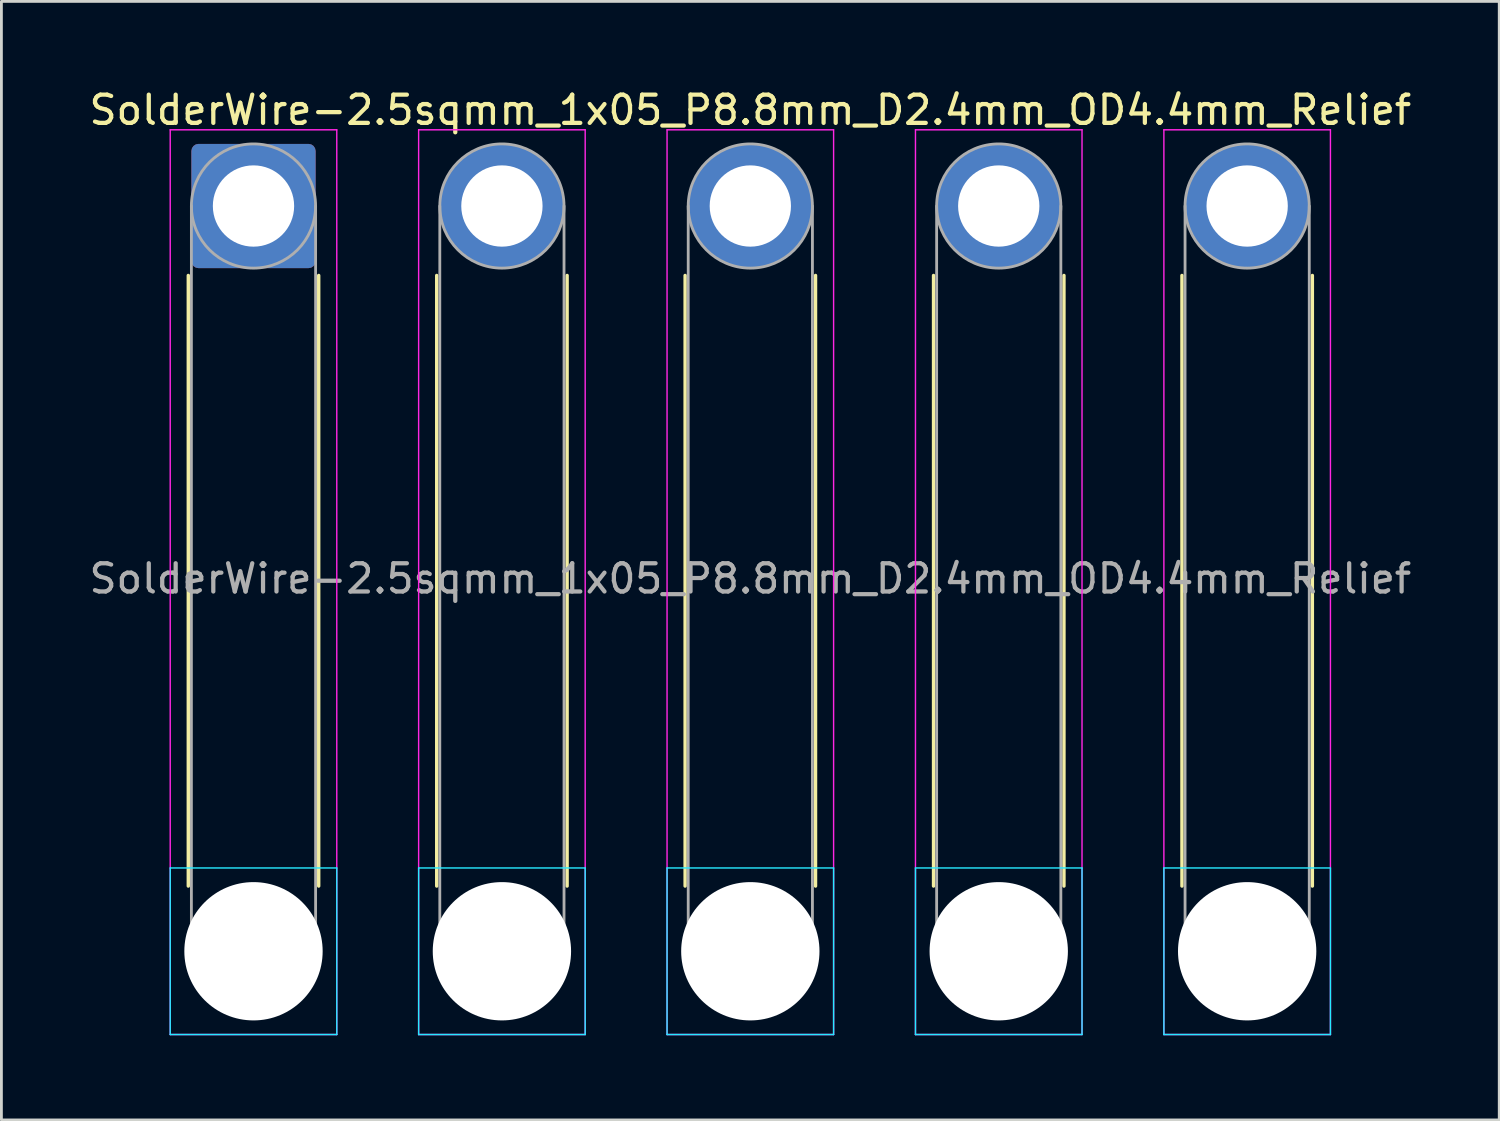
<source format=kicad_pcb>
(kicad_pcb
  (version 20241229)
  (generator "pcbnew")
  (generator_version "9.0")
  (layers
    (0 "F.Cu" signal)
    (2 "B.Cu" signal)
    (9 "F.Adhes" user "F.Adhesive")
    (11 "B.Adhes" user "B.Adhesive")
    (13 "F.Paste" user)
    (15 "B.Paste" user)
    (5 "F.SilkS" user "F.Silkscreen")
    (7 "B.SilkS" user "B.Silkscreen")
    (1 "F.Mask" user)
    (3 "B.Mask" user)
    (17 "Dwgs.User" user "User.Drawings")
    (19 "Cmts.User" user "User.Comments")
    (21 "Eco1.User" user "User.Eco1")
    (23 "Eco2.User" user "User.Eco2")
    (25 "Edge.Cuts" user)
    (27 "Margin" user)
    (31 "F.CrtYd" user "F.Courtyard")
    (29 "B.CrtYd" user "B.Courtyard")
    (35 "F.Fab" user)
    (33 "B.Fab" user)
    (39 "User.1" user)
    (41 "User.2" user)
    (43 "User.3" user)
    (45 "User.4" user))
  (footprint "SolderWire-2.5sqmm_1x05_P8.8mm_D2.4mm_OD4.4mm_Relief"
    (layer "F.Cu")
    (at 5.93 4.248)
    (property "Reference" "SolderWire-2.5sqmm_1x05_P8.8mm_D2.4mm_OD4.4mm_Relief" (at 17.6 -3.4 0) (layer "F.SilkS") (effects (font (size 1 1) (thickness 0.15))))
    (attr exclude_from_pos_files exclude_from_bom)
    (fp_line (start -2.31 2.46) (end -2.31 24.09) (stroke (width 0.12) (type solid)) (layer "F.SilkS"))
    (fp_line (start 2.31 2.46) (end 2.31 24.09) (stroke (width 0.12) (type solid)) (layer "F.SilkS"))
    (fp_line (start 6.49 2.46) (end 6.49 24.09) (stroke (width 0.12) (type solid)) (layer "F.SilkS"))
    (fp_line (start 11.11 2.46) (end 11.11 24.09) (stroke (width 0.12) (type solid)) (layer "F.SilkS"))
    (fp_line (start 15.29 2.46) (end 15.29 24.09) (stroke (width 0.12) (type solid)) (layer "F.SilkS"))
    (fp_line (start 19.91 2.46) (end 19.91 24.09) (stroke (width 0.12) (type solid)) (layer "F.SilkS"))
    (fp_line (start 24.09 2.46) (end 24.09 24.09) (stroke (width 0.12) (type solid)) (layer "F.SilkS"))
    (fp_line (start 28.71 2.46) (end 28.71 24.09) (stroke (width 0.12) (type solid)) (layer "F.SilkS"))
    (fp_line (start 32.89 2.46) (end 32.89 24.09) (stroke (width 0.12) (type solid)) (layer "F.SilkS"))
    (fp_line (start 37.51 2.46) (end 37.51 24.09) (stroke (width 0.12) (type solid)) (layer "F.SilkS"))
    (fp_line (start -2.95 23.45) (end -2.95 29.35) (stroke (width 0.05) (type solid)) (layer "B.CrtYd"))
    (fp_line (start -2.95 29.35) (end 2.95 29.35) (stroke (width 0.05) (type solid)) (layer "B.CrtYd"))
    (fp_line (start 2.95 23.45) (end -2.95 23.45) (stroke (width 0.05) (type solid)) (layer "B.CrtYd"))
    (fp_line (start 2.95 29.35) (end 2.95 23.45) (stroke (width 0.05) (type solid)) (layer "B.CrtYd"))
    (fp_line (start 5.85 23.45) (end 5.85 29.35) (stroke (width 0.05) (type solid)) (layer "B.CrtYd"))
    (fp_line (start 5.85 29.35) (end 11.75 29.35) (stroke (width 0.05) (type solid)) (layer "B.CrtYd"))
    (fp_line (start 11.75 23.45) (end 5.85 23.45) (stroke (width 0.05) (type solid)) (layer "B.CrtYd"))
    (fp_line (start 11.75 29.35) (end 11.75 23.45) (stroke (width 0.05) (type solid)) (layer "B.CrtYd"))
    (fp_line (start 14.65 23.45) (end 14.65 29.35) (stroke (width 0.05) (type solid)) (layer "B.CrtYd"))
    (fp_line (start 14.65 29.35) (end 20.55 29.35) (stroke (width 0.05) (type solid)) (layer "B.CrtYd"))
    (fp_line (start 20.55 23.45) (end 14.65 23.45) (stroke (width 0.05) (type solid)) (layer "B.CrtYd"))
    (fp_line (start 20.55 29.35) (end 20.55 23.45) (stroke (width 0.05) (type solid)) (layer "B.CrtYd"))
    (fp_line (start 23.45 23.45) (end 23.45 29.35) (stroke (width 0.05) (type solid)) (layer "B.CrtYd"))
    (fp_line (start 23.45 29.35) (end 29.35 29.35) (stroke (width 0.05) (type solid)) (layer "B.CrtYd"))
    (fp_line (start 29.35 23.45) (end 23.45 23.45) (stroke (width 0.05) (type solid)) (layer "B.CrtYd"))
    (fp_line (start 29.35 29.35) (end 29.35 23.45) (stroke (width 0.05) (type solid)) (layer "B.CrtYd"))
    (fp_line (start 32.25 23.45) (end 32.25 29.35) (stroke (width 0.05) (type solid)) (layer "B.CrtYd"))
    (fp_line (start 32.25 29.35) (end 38.15 29.35) (stroke (width 0.05) (type solid)) (layer "B.CrtYd"))
    (fp_line (start 38.15 23.45) (end 32.25 23.45) (stroke (width 0.05) (type solid)) (layer "B.CrtYd"))
    (fp_line (start 38.15 29.35) (end 38.15 23.45) (stroke (width 0.05) (type solid)) (layer "B.CrtYd"))
    (fp_line (start -2.95 -2.7) (end -2.95 29.35) (stroke (width 0.05) (type solid)) (layer "F.CrtYd"))
    (fp_line (start -2.95 29.35) (end 2.95 29.35) (stroke (width 0.05) (type solid)) (layer "F.CrtYd"))
    (fp_line (start 2.95 -2.7) (end -2.95 -2.7) (stroke (width 0.05) (type solid)) (layer "F.CrtYd"))
    (fp_line (start 2.95 29.35) (end 2.95 -2.7) (stroke (width 0.05) (type solid)) (layer "F.CrtYd"))
    (fp_line (start 5.85 -2.7) (end 5.85 29.35) (stroke (width 0.05) (type solid)) (layer "F.CrtYd"))
    (fp_line (start 5.85 29.35) (end 11.75 29.35) (stroke (width 0.05) (type solid)) (layer "F.CrtYd"))
    (fp_line (start 11.75 -2.7) (end 5.85 -2.7) (stroke (width 0.05) (type solid)) (layer "F.CrtYd"))
    (fp_line (start 11.75 29.35) (end 11.75 -2.7) (stroke (width 0.05) (type solid)) (layer "F.CrtYd"))
    (fp_line (start 14.65 -2.7) (end 14.65 29.35) (stroke (width 0.05) (type solid)) (layer "F.CrtYd"))
    (fp_line (start 14.65 29.35) (end 20.55 29.35) (stroke (width 0.05) (type solid)) (layer "F.CrtYd"))
    (fp_line (start 20.55 -2.7) (end 14.65 -2.7) (stroke (width 0.05) (type solid)) (layer "F.CrtYd"))
    (fp_line (start 20.55 29.35) (end 20.55 -2.7) (stroke (width 0.05) (type solid)) (layer "F.CrtYd"))
    (fp_line (start 23.45 -2.7) (end 23.45 29.35) (stroke (width 0.05) (type solid)) (layer "F.CrtYd"))
    (fp_line (start 23.45 29.35) (end 29.35 29.35) (stroke (width 0.05) (type solid)) (layer "F.CrtYd"))
    (fp_line (start 29.35 -2.7) (end 23.45 -2.7) (stroke (width 0.05) (type solid)) (layer "F.CrtYd"))
    (fp_line (start 29.35 29.35) (end 29.35 -2.7) (stroke (width 0.05) (type solid)) (layer "F.CrtYd"))
    (fp_line (start 32.25 -2.7) (end 32.25 29.35) (stroke (width 0.05) (type solid)) (layer "F.CrtYd"))
    (fp_line (start 32.25 29.35) (end 38.15 29.35) (stroke (width 0.05) (type solid)) (layer "F.CrtYd"))
    (fp_line (start 38.15 -2.7) (end 32.25 -2.7) (stroke (width 0.05) (type solid)) (layer "F.CrtYd"))
    (fp_line (start 38.15 29.35) (end 38.15 -2.7) (stroke (width 0.05) (type solid)) (layer "F.CrtYd"))
    (fp_line (start -2.2 0) (end -2.2 26.4) (stroke (width 0.1) (type solid)) (layer "F.Fab"))
    (fp_line (start 2.2 0) (end 2.2 26.4) (stroke (width 0.1) (type solid)) (layer "F.Fab"))
    (fp_line (start 6.6 0) (end 6.6 26.4) (stroke (width 0.1) (type solid)) (layer "F.Fab"))
    (fp_line (start 11 0) (end 11 26.4) (stroke (width 0.1) (type solid)) (layer "F.Fab"))
    (fp_line (start 15.4 0) (end 15.4 26.4) (stroke (width 0.1) (type solid)) (layer "F.Fab"))
    (fp_line (start 19.8 0) (end 19.8 26.4) (stroke (width 0.1) (type solid)) (layer "F.Fab"))
    (fp_line (start 24.2 0) (end 24.2 26.4) (stroke (width 0.1) (type solid)) (layer "F.Fab"))
    (fp_line (start 28.6 0) (end 28.6 26.4) (stroke (width 0.1) (type solid)) (layer "F.Fab"))
    (fp_line (start 33 0) (end 33 26.4) (stroke (width 0.1) (type solid)) (layer "F.Fab"))
    (fp_line (start 37.4 0) (end 37.4 26.4) (stroke (width 0.1) (type solid)) (layer "F.Fab"))
    (fp_circle (center 0 0) (end 2.2 0) (stroke (width 0.1) (type solid)) (fill no) (layer "F.Fab"))
    (fp_circle (center 0 26.4) (end 2.2 26.4) (stroke (width 0.1) (type solid)) (fill no) (layer "F.Fab"))
    (fp_circle (center 8.8 0) (end 11 0) (stroke (width 0.1) (type solid)) (fill no) (layer "F.Fab"))
    (fp_circle (center 8.8 26.4) (end 11 26.4) (stroke (width 0.1) (type solid)) (fill no) (layer "F.Fab"))
    (fp_circle (center 17.6 0) (end 19.8 0) (stroke (width 0.1) (type solid)) (fill no) (layer "F.Fab"))
    (fp_circle (center 17.6 26.4) (end 19.8 26.4) (stroke (width 0.1) (type solid)) (fill no) (layer "F.Fab"))
    (fp_circle (center 26.4 0) (end 28.6 0) (stroke (width 0.1) (type solid)) (fill no) (layer "F.Fab"))
    (fp_circle (center 26.4 26.4) (end 28.6 26.4) (stroke (width 0.1) (type solid)) (fill no) (layer "F.Fab"))
    (fp_circle (center 35.2 0) (end 37.4 0) (stroke (width 0.1) (type solid)) (fill no) (layer "F.Fab"))
    (fp_circle (center 35.2 26.4) (end 37.4 26.4) (stroke (width 0.1) (type solid)) (fill no) (layer "F.Fab"))
    (fp_text user "${REFERENCE}" (at 17.6 13.2 0) (layer "F.Fab") (effects (font (size 1 1) (thickness 0.15))))
    (pad "" np_thru_hole circle (at 0 26.4) (size 4.9 4.9) (drill 4.9) (layers "*.Cu" "*.Mask"))
    (pad "" np_thru_hole circle (at 8.8 26.4) (size 4.9 4.9) (drill 4.9) (layers "*.Cu" "*.Mask"))
    (pad "" np_thru_hole circle (at 17.6 26.4) (size 4.9 4.9) (drill 4.9) (layers "*.Cu" "*.Mask"))
    (pad "" np_thru_hole circle (at 26.4 26.4) (size 4.9 4.9) (drill 4.9) (layers "*.Cu" "*.Mask"))
    (pad "" np_thru_hole circle (at 35.2 26.4) (size 4.9 4.9) (drill 4.9) (layers "*.Cu" "*.Mask"))
    (pad "1" thru_hole roundrect (at 0 0) (size 4.4 4.4) (drill 2.88) (layers "*.Cu" "*.Mask") (roundrect_rratio 0.057))
    (pad "2" thru_hole circle (at 8.8 0) (size 4.4 4.4) (drill 2.88) (layers "*.Cu" "*.Mask"))
    (pad "3" thru_hole circle (at 17.6 0) (size 4.4 4.4) (drill 2.88) (layers "*.Cu" "*.Mask"))
    (pad "4" thru_hole circle (at 26.4 0) (size 4.4 4.4) (drill 2.88) (layers "*.Cu" "*.Mask"))
    (pad "5" thru_hole circle (at 35.2 0) (size 4.4 4.4) (drill 2.88) (layers "*.Cu" "*.Mask")))
  (gr_rect
    (start -3 -3)
    (end 50.06 36.623)
    (stroke (width 0.1) (type default))
    (fill no)
    (layer "Edge.Cuts")))
</source>
